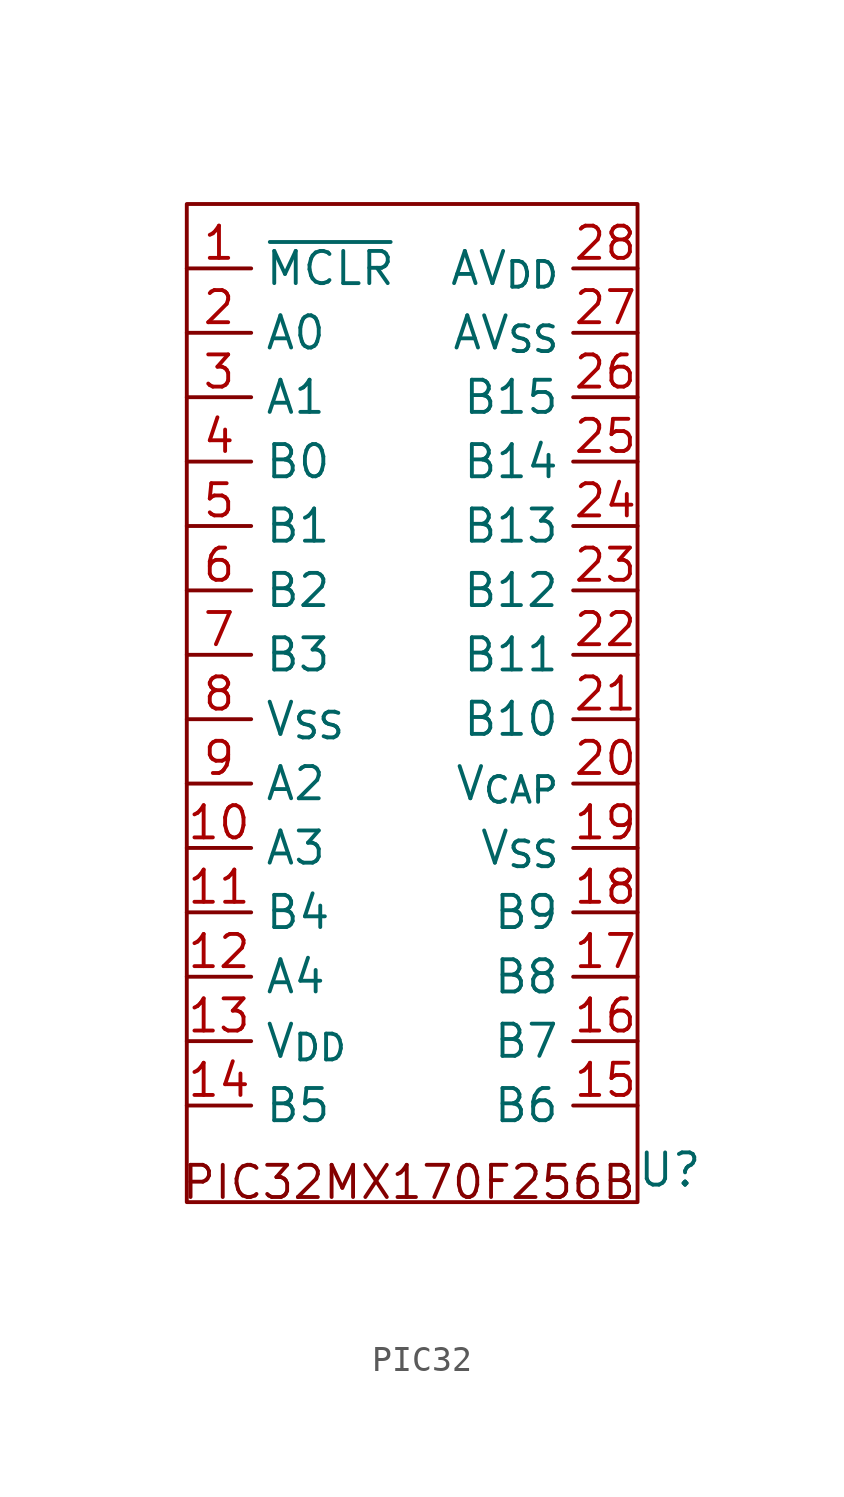
<source format=kicad_sym>
(kicad_symbol_lib
  (version 20220914)
  (generator kicad_symbol_editor)
  (symbol "PIC32"
    (property "Reference" "U"
      (at 16.51 -25.4 0)
      (effects (font (size 1.27 1.27))))
    (property "Value" ""
      (at 0 0 0)
      (effects (font (size 1.27 1.27))))
    (symbol "PIC32_0_0"
      (text_box "PIC32MX170F256B\n" (at -3.81 -24.13 0) (size 19.05 -3.81) (stroke (width -0.0001) (type default)) (fill (type none)) (effects (font (size 1.27 1.27)) (justify left top))))
    (symbol "PIC32_0_1"
      (rectangle (start -2.54 12.7) (end 15.24 -26.67) (stroke (width 0) (type default)) (fill (type none))))
    (symbol "PIC32_1_1"
      (pin input line (at -2.54 10.16 0) (length 2.54) (name "~{MCLR}" (effects (font (size 1.27 1.27)))) (number "1" (effects (font (size 1.27 1.27)))))
      (pin input line (at -2.54 -12.7 0) (length 2.54) (name "A3" (effects (font (size 1.27 1.27)))) (number "10" (effects (font (size 1.27 1.27)))))
      (pin input line (at -2.54 -15.24 0) (length 2.54) (name "B4" (effects (font (size 1.27 1.27)))) (number "11" (effects (font (size 1.27 1.27)))))
      (pin input line (at -2.54 -17.78 0) (length 2.54) (name "A4" (effects (font (size 1.27 1.27)))) (number "12" (effects (font (size 1.27 1.27)))))
      (pin input line (at -2.54 -20.32 0) (length 2.54) (name "V_{DD}" (effects (font (size 1.27 1.27)))) (number "13" (effects (font (size 1.27 1.27)))))
      (pin input line (at -2.54 -22.86 0) (length 2.54) (name "B5" (effects (font (size 1.27 1.27)))) (number "14" (effects (font (size 1.27 1.27)))))
      (pin input line (at 15.24 -22.86 180) (length 2.54) (name "B6" (effects (font (size 1.27 1.27)))) (number "15" (effects (font (size 1.27 1.27)))))
      (pin input line (at 15.24 -20.32 180) (length 2.54) (name "B7" (effects (font (size 1.27 1.27)))) (number "16" (effects (font (size 1.27 1.27)))))
      (pin input line (at 15.24 -17.78 180) (length 2.54) (name "B8" (effects (font (size 1.27 1.27)))) (number "17" (effects (font (size 1.27 1.27)))))
      (pin input line (at 15.24 -15.24 180) (length 2.54) (name "B9" (effects (font (size 1.27 1.27)))) (number "18" (effects (font (size 1.27 1.27)))))
      (pin input line (at 15.24 -12.7 180) (length 2.54) (name "V_{SS}" (effects (font (size 1.27 1.27)))) (number "19" (effects (font (size 1.27 1.27)))))
      (pin input line (at -2.54 7.62 0) (length 2.54) (name "A0" (effects (font (size 1.27 1.27)))) (number "2" (effects (font (size 1.27 1.27)))))
      (pin input line (at 15.24 -10.16 180) (length 2.54) (name "V_{CAP}" (effects (font (size 1.27 1.27)))) (number "20" (effects (font (size 1.27 1.27)))))
      (pin input line (at 15.24 -7.62 180) (length 2.54) (name "B10" (effects (font (size 1.27 1.27)))) (number "21" (effects (font (size 1.27 1.27)))))
      (pin input line (at 15.24 -5.08 180) (length 2.54) (name "B11" (effects (font (size 1.27 1.27)))) (number "22" (effects (font (size 1.27 1.27)))))
      (pin input line (at 15.24 -2.54 180) (length 2.54) (name "B12" (effects (font (size 1.27 1.27)))) (number "23" (effects (font (size 1.27 1.27)))))
      (pin input line (at 15.24 0 180) (length 2.54) (name "B13" (effects (font (size 1.27 1.27)))) (number "24" (effects (font (size 1.27 1.27)))))
      (pin input line (at 15.24 2.54 180) (length 2.54) (name "B14" (effects (font (size 1.27 1.27)))) (number "25" (effects (font (size 1.27 1.27)))))
      (pin input line (at 15.24 5.08 180) (length 2.54) (name "B15" (effects (font (size 1.27 1.27)))) (number "26" (effects (font (size 1.27 1.27)))))
      (pin input line (at 15.24 7.62 180) (length 2.54) (name "AV_{SS}" (effects (font (size 1.27 1.27)))) (number "27" (effects (font (size 1.27 1.27)))))
      (pin input line (at 15.24 10.16 180) (length 2.54) (name "AV_{DD}" (effects (font (size 1.27 1.27)))) (number "28" (effects (font (size 1.27 1.27)))))
      (pin input line (at -2.54 5.08 0) (length 2.54) (name "A1" (effects (font (size 1.27 1.27)))) (number "3" (effects (font (size 1.27 1.27)))))
      (pin input line (at -2.54 2.54 0) (length 2.54) (name "B0" (effects (font (size 1.27 1.27)))) (number "4" (effects (font (size 1.27 1.27)))))
      (pin input line (at -2.54 0 0) (length 2.54) (name "B1" (effects (font (size 1.27 1.27)))) (number "5" (effects (font (size 1.27 1.27)))))
      (pin input line (at -2.54 -2.54 0) (length 2.54) (name "B2" (effects (font (size 1.27 1.27)))) (number "6" (effects (font (size 1.27 1.27)))))
      (pin input line (at -2.54 -5.08 0) (length 2.54) (name "B3" (effects (font (size 1.27 1.27)))) (number "7" (effects (font (size 1.27 1.27)))))
      (pin input line (at -2.54 -7.62 0) (length 2.54) (name "V_{SS}" (effects (font (size 1.27 1.27)))) (number "8" (effects (font (size 1.27 1.27)))))
      (pin input line (at -2.54 -10.16 0) (length 2.54) (name "A2" (effects (font (size 1.27 1.27)))) (number "9" (effects (font (size 1.27 1.27))))))))
</source>
